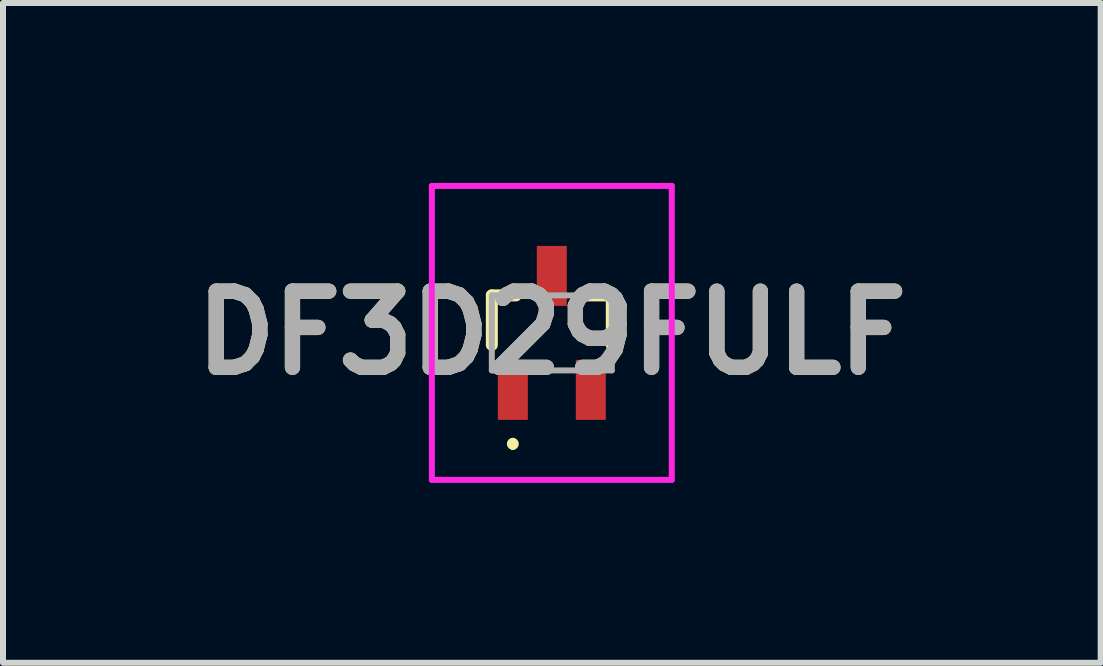
<source format=kicad_pcb>
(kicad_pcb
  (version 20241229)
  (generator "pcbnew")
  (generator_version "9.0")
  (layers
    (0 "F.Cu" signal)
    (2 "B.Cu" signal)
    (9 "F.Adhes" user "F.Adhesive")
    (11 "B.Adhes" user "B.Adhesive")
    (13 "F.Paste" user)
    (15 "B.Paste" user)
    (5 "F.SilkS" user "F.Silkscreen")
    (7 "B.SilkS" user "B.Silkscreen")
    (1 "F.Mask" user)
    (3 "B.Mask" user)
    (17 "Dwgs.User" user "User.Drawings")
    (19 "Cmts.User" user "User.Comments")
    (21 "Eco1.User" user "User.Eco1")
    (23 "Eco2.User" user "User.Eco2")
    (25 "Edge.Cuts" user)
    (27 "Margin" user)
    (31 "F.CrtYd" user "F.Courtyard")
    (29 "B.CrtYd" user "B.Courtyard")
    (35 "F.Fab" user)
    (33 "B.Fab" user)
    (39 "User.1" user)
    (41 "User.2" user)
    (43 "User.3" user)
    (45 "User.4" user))
  (footprint "DF3D29FULF"
    (layer "F.Cu")
    (at 6.15 2.5)
    (property "Reference" "DF3D29FULF" (at 0 0 0) (layer "F.SilkS") (effects (font (size 1.27 1.27) (thickness 0.254))))
    (attr smd)
    (fp_line (start -1 -0.625) (end -1 0.2) (stroke (width 0.2) (type solid)) (layer "F.SilkS"))
    (fp_line (start -0.65 1.8) (end -0.65 1.8) (stroke (width 0.1) (type solid)) (layer "F.SilkS"))
    (fp_line (start -0.65 1.9) (end -0.65 1.9) (stroke (width 0.1) (type solid)) (layer "F.SilkS"))
    (fp_line (start -0.6 -0.625) (end -1 -0.625) (stroke (width 0.2) (type solid)) (layer "F.SilkS"))
    (fp_line (start 0.6 -0.625) (end 1 -0.625) (stroke (width 0.2) (type solid)) (layer "F.SilkS"))
    (fp_line (start 1 -0.625) (end 1 0.2) (stroke (width 0.2) (type solid)) (layer "F.SilkS"))
    (fp_arc (start -0.65 1.8) (mid -0.6 1.85) (end -0.65 1.9) (stroke (width 0.1) (type solid)) (layer "F.SilkS"))
    (fp_arc (start -0.65 1.9) (mid -0.7 1.85) (end -0.65 1.8) (stroke (width 0.1) (type solid)) (layer "F.SilkS"))
    (fp_line (start -2 -2.45) (end 2 -2.45) (stroke (width 0.1) (type solid)) (layer "F.CrtYd"))
    (fp_line (start -2 2.45) (end -2 -2.45) (stroke (width 0.1) (type solid)) (layer "F.CrtYd"))
    (fp_line (start 2 -2.45) (end 2 2.45) (stroke (width 0.1) (type solid)) (layer "F.CrtYd"))
    (fp_line (start 2 2.45) (end -2 2.45) (stroke (width 0.1) (type solid)) (layer "F.CrtYd"))
    (fp_line (start -1 -0.625) (end 1 -0.625) (stroke (width 0.1) (type solid)) (layer "F.Fab"))
    (fp_line (start -1 0.625) (end -1 -0.625) (stroke (width 0.1) (type solid)) (layer "F.Fab"))
    (fp_line (start 1 -0.625) (end 1 0.625) (stroke (width 0.1) (type solid)) (layer "F.Fab"))
    (fp_line (start 1 0.625) (end -1 0.625) (stroke (width 0.1) (type solid)) (layer "F.Fab"))
    (fp_text user "${REFERENCE}" (at 0 0 0) (layer "F.Fab") (effects (font (size 1.27 1.27) (thickness 0.254))))
    (pad "1" smd rect (at -0.65 0.95) (size 0.5 1) (layers "F.Cu" "F.Mask" "F.Paste"))
    (pad "2" smd rect (at 0.65 0.95) (size 0.5 1) (layers "F.Cu" "F.Mask" "F.Paste"))
    (pad "3" smd rect (at 0 -0.95) (size 0.5 1) (layers "F.Cu" "F.Mask" "F.Paste")))
  (gr_rect
    (start -3 -3)
    (end 15.301 8)
    (stroke (width 0.1) (type default))
    (fill no)
    (layer "Edge.Cuts")))
</source>
